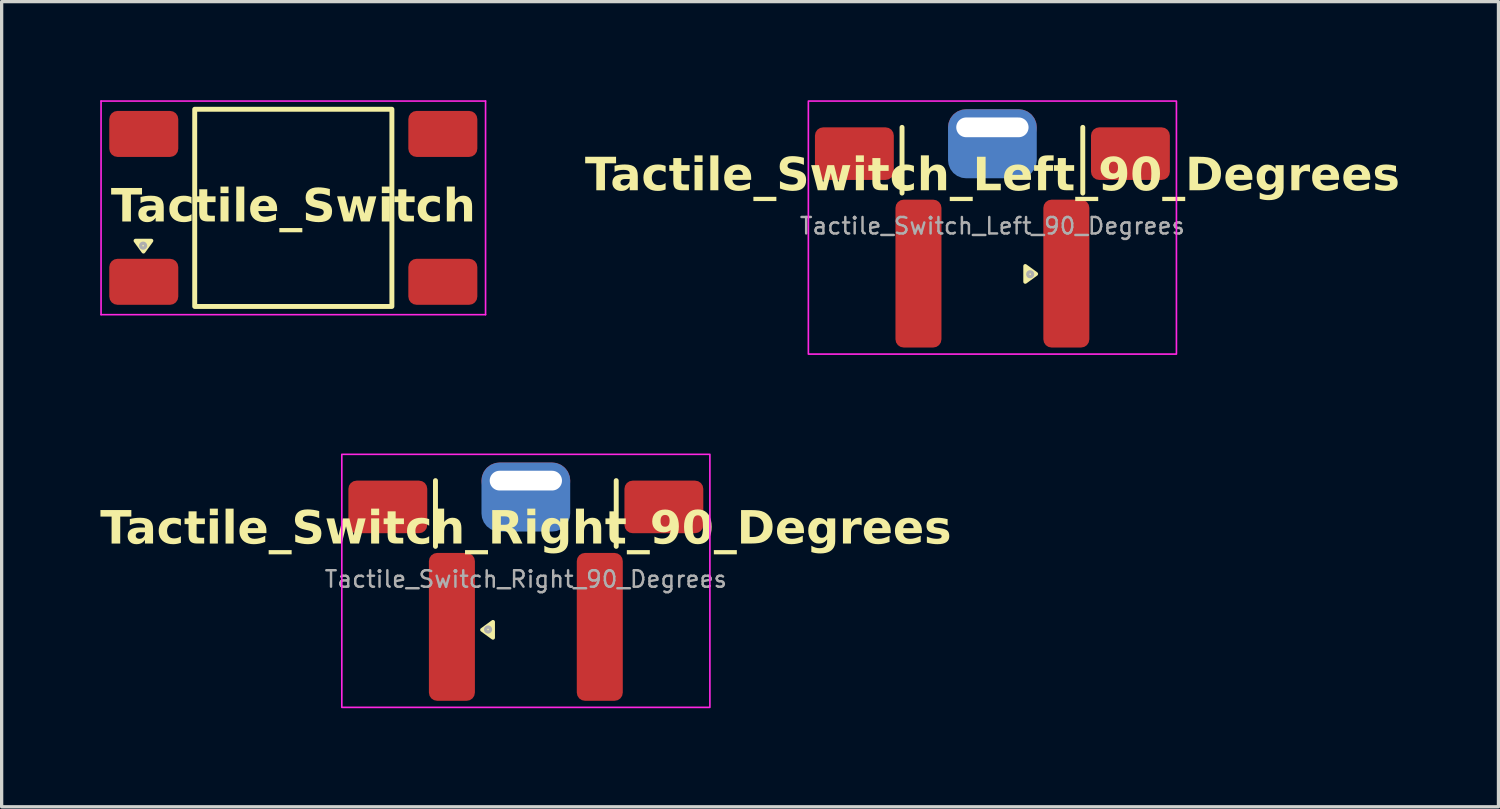
<source format=kicad_pcb>
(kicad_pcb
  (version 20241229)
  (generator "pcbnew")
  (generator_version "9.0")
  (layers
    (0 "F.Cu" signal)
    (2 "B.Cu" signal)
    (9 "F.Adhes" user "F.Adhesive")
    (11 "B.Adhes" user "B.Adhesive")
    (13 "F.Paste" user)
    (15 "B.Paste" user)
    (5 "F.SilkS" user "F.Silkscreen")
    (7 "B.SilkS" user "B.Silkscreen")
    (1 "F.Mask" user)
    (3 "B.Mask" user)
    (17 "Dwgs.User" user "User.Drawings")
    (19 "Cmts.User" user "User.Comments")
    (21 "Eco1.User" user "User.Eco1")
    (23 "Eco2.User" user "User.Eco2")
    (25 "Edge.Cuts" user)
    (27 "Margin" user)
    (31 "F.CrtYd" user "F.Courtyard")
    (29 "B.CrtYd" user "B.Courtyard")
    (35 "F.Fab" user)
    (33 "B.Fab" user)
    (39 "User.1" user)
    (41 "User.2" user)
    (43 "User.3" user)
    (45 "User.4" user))
  (footprint "Tactile_Switch_Right_90_Degrees"
    (layer "F.Cu")
    (at 12.951 14.575)
    (property "Reference" "Tactile_Switch_Right_90_Degrees" (at 0 -1.5 0) (layer "F.SilkS") (effects (font (face "Segoe UI This") (size 1 1) (thickness 0.2) (bold yes))))
    (attr smd)
    (fp_line (start -2.75 -3) (end -2.75 -1) (stroke (width 0.15) (type default)) (layer "F.SilkS"))
    (fp_line (start 2.75 -3) (end 2.75 -1) (stroke (width 0.15) (type default)) (layer "F.SilkS"))
    (fp_poly (pts (xy -1.33 1.54) (xy -1 1.3) (xy -1 1.78) (xy -1.33 1.54)) (stroke (width 0.12) (type solid)) (fill yes) (layer "F.SilkS"))
    (fp_rect (start -5.6 -3.8) (end 5.6 3.9) (stroke (width 0.05) (type default)) (fill no) (layer "F.CrtYd"))
    (fp_circle (center -1.15 1.53) (end -1.225 1.53) (stroke (width 0.1) (type solid)) (fill no) (layer "F.Fab"))
    (fp_text user "${REFERENCE}" (at 0 0 0) (layer "F.Fab") (effects (font (size 0.5 0.5) (thickness 0.075))))
    (pad "" smd roundrect (at -4.2 -2.2 180) (size 2.4 1.6) (layers "F.Cu" "F.Mask" "F.Paste") (roundrect_rratio 0.156))
    (pad "" thru_hole oval (at 0 -3) (size 2.7 1.1) (drill oval 2.2 0.6 (offset 0 0)) (layers "*.Cu" "*.Mask") (padstack (mode custom) (layer "B.Cu" (shape roundrect) (size 2.7 2.1) (offset 0 0.5) (roundrect_rratio 0.262))))
    (pad "" smd roundrect (at 4.2 -2.2 180) (size 2.4 1.6) (layers "F.Cu" "F.Mask" "F.Paste") (roundrect_rratio 0.156))
    (pad "1" smd roundrect (at -2.25 1.45 90) (size 4.5 1.4) (layers "F.Cu" "F.Mask" "F.Paste") (roundrect_rratio 0.179))
    (pad "2" smd roundrect (at 2.25 1.45 90) (size 4.5 1.4) (layers "F.Cu" "F.Mask" "F.Paste") (roundrect_rratio 0.179)))
  (footprint "Tactile_Switch_Left_90_Degrees"
    (layer "F.Cu")
    (at 27.148 3.825)
    (property "Reference" "Tactile_Switch_Left_90_Degrees" (at 0 -1.5 0) (layer "F.SilkS") (effects (font (face "Segoe UI This") (size 1 1) (thickness 0.2) (bold yes))))
    (attr smd)
    (fp_line (start -2.75 -3) (end -2.75 -1) (stroke (width 0.15) (type default)) (layer "F.SilkS"))
    (fp_line (start 2.75 -3) (end 2.75 -1) (stroke (width 0.15) (type default)) (layer "F.SilkS"))
    (fp_poly (pts (xy 1.33 1.46) (xy 1 1.7) (xy 1 1.22) (xy 1.33 1.46)) (stroke (width 0.12) (type solid)) (fill yes) (layer "F.SilkS"))
    (fp_rect (start -5.6 -3.8) (end 5.6 3.9) (stroke (width 0.05) (type default)) (fill no) (layer "F.CrtYd"))
    (fp_circle (center 1.15 1.47) (end 1.225 1.47) (stroke (width 0.1) (type solid)) (fill no) (layer "F.Fab"))
    (fp_text user "${REFERENCE}" (at 0 0 0) (layer "F.Fab") (effects (font (size 0.5 0.5) (thickness 0.075))))
    (pad "" smd roundrect (at -4.2 -2.2 180) (size 2.4 1.6) (layers "F.Cu" "F.Mask" "F.Paste") (roundrect_rratio 0.156))
    (pad "" thru_hole oval (at 0 -3) (size 2.7 1.1) (drill oval 2.2 0.6 (offset 0 0)) (layers "*.Cu" "*.Mask") (padstack (mode custom) (layer "B.Cu" (shape roundrect) (size 2.7 2.1) (offset 0 0.5) (roundrect_rratio 0.262))))
    (pad "" smd roundrect (at 4.2 -2.2 180) (size 2.4 1.6) (layers "F.Cu" "F.Mask" "F.Paste") (roundrect_rratio 0.156))
    (pad "1" smd roundrect (at 2.25 1.45 90) (size 4.5 1.4) (layers "F.Cu" "F.Mask" "F.Paste") (roundrect_rratio 0.179))
    (pad "2" smd roundrect (at -2.25 1.45 90) (size 4.5 1.4) (layers "F.Cu" "F.Mask" "F.Paste") (roundrect_rratio 0.179)))
  (footprint "Tactile_Switch"
    (layer "F.Cu")
    (at 5.875 3.275)
    (property "Reference" "Tactile_Switch" (at 0 0 0) (layer "F.SilkS") (effects (font (face "Segoe UI This") (size 1 1) (thickness 0.2) (bold yes))))
    (attr smd)
    (fp_rect (start -3 -3) (end 3 3) (stroke (width 0.15) (type default)) (fill no) (layer "F.SilkS"))
    (fp_poly (pts (xy -4.56 1.33) (xy -4.8 1) (xy -4.32 1) (xy -4.56 1.33)) (stroke (width 0.12) (type solid)) (fill yes) (layer "F.SilkS"))
    (fp_line (start -5.85 -3.25) (end -5.85 3.25) (stroke (width 0.05) (type solid)) (layer "F.CrtYd"))
    (fp_line (start -5.85 3.25) (end 5.85 3.25) (stroke (width 0.05) (type solid)) (layer "F.CrtYd"))
    (fp_line (start 5.85 -3.25) (end -5.85 -3.25) (stroke (width 0.05) (type solid)) (layer "F.CrtYd"))
    (fp_line (start 5.85 3.25) (end 5.85 -3.25) (stroke (width 0.05) (type solid)) (layer "F.CrtYd"))
    (fp_circle (center -4.57 1.15) (end -4.57 1.225) (stroke (width 0.1) (type solid)) (fill no) (layer "F.Fab"))
    (pad "1" smd roundrect (at -4.55 -2.25) (size 2.1 1.4) (layers "F.Cu" "F.Mask" "F.Paste") (roundrect_rratio 0.179))
    (pad "2" smd roundrect (at -4.55 2.25) (size 2.1 1.4) (layers "F.Cu" "F.Mask" "F.Paste") (roundrect_rratio 0.179))
    (pad "3" smd roundrect (at 4.55 -2.25) (size 2.1 1.4) (layers "F.Cu" "F.Mask" "F.Paste") (roundrect_rratio 0.179))
    (pad "4" smd roundrect (at 4.55 2.25) (size 2.1 1.4) (layers "F.Cu" "F.Mask" "F.Paste") (roundrect_rratio 0.179)))
  (gr_rect
    (start -3 -3)
    (end 42.547 21.5)
    (stroke (width 0.1) (type default))
    (fill no)
    (layer "Edge.Cuts")))
</source>
